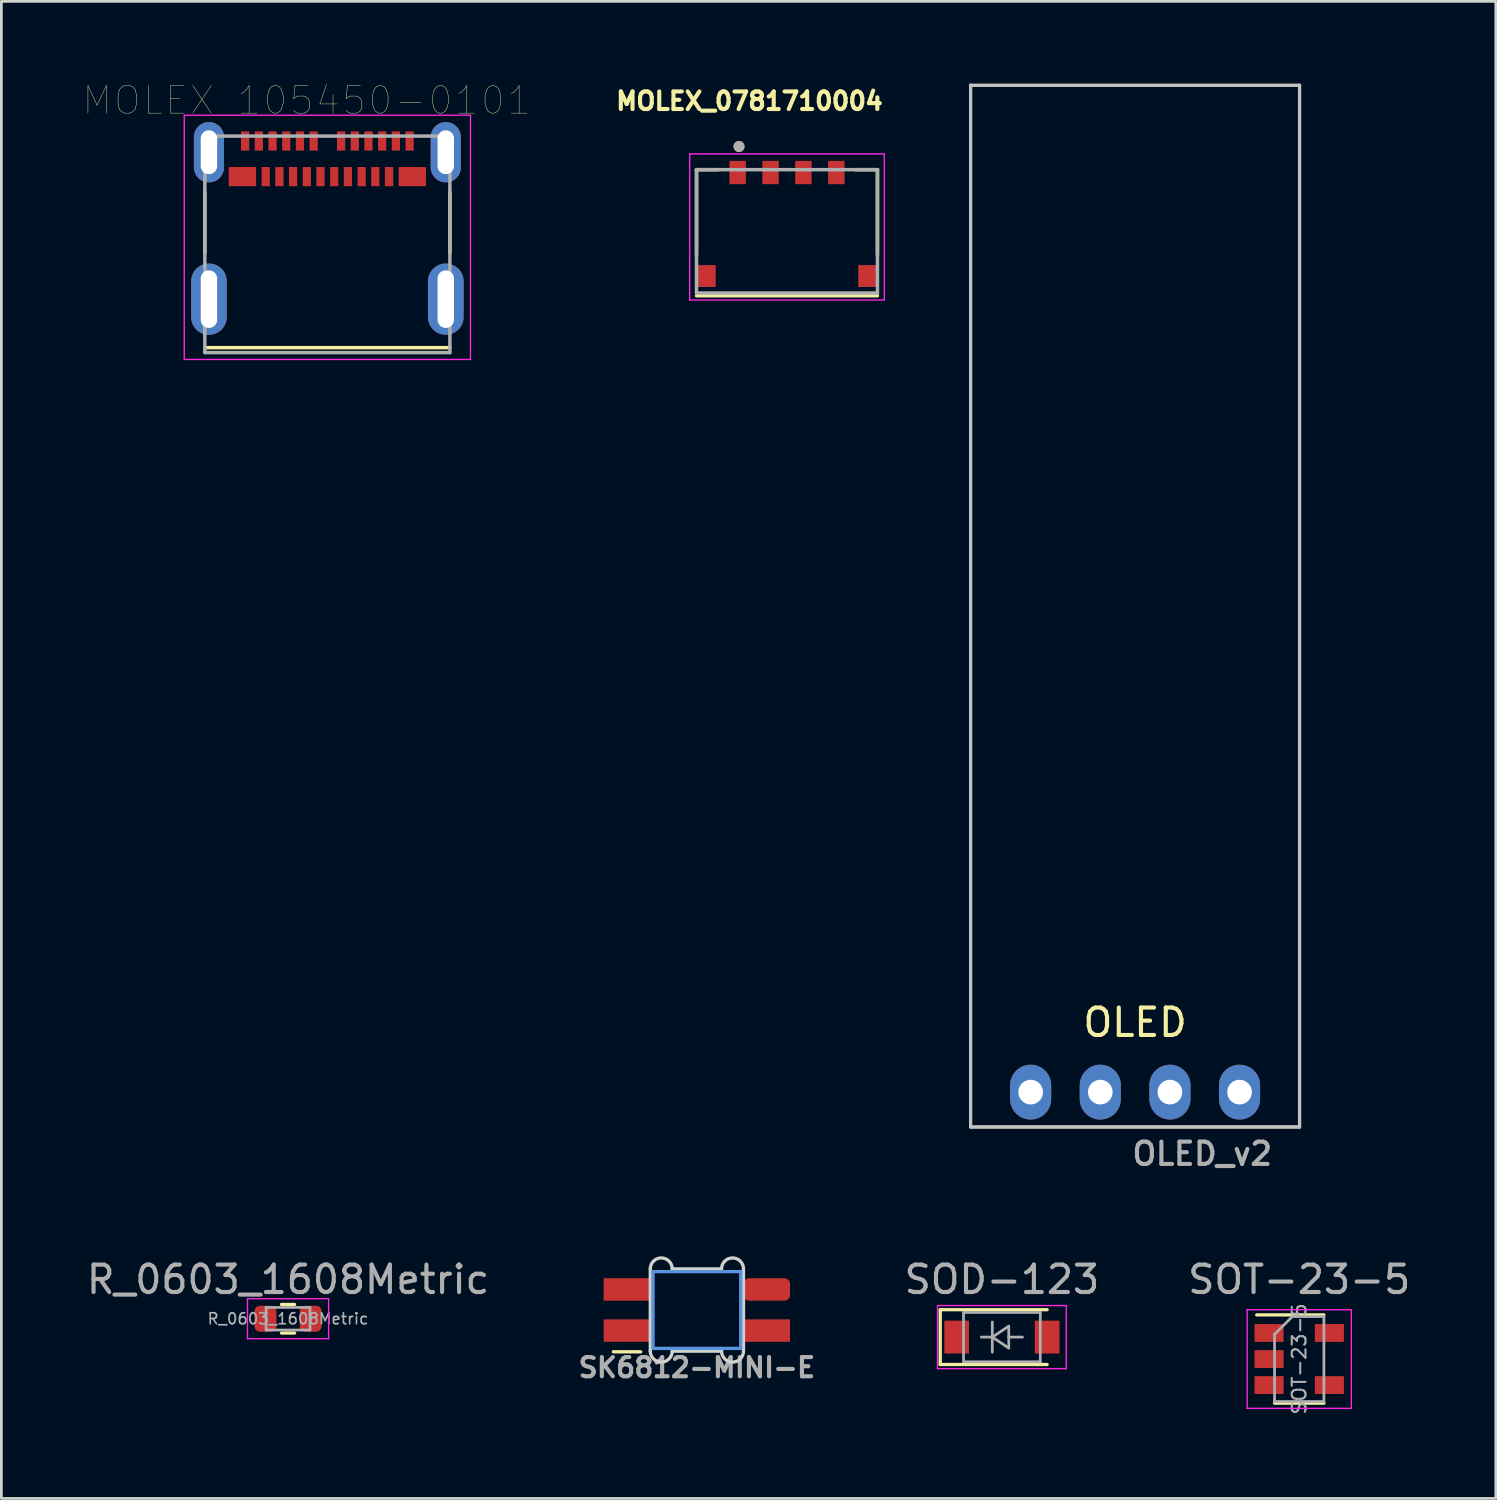
<source format=kicad_pcb>
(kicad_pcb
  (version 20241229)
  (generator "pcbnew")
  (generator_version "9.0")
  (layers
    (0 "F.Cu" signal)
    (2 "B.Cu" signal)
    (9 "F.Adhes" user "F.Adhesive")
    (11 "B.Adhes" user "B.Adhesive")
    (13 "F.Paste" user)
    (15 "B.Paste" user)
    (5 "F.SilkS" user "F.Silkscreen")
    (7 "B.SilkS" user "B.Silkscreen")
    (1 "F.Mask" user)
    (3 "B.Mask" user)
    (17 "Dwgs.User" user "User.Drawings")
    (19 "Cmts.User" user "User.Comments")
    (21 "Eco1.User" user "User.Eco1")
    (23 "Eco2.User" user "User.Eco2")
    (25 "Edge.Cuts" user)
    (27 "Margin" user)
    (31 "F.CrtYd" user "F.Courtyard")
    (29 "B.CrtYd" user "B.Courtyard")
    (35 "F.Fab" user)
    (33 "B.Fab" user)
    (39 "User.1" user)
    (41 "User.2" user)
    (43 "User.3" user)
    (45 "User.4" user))
  (footprint "MOLEX_0781710004"
    (layer "F.Cu")
    (at 25.659 3.244)
    (property "Reference" "MOLEX_0781710004" (at -1.368 -2.606 0) (layer "F.SilkS") (effects (font (size 0.64 0.64) (thickness 0.15))))
    (attr smd)
    (fp_line (start -3.3 -0.105) (end -3.3 3) (stroke (width 0.127) (type solid)) (layer "F.SilkS"))
    (fp_line (start -3.3 4.495) (end 3.3 4.495) (stroke (width 0.127) (type solid)) (layer "F.SilkS"))
    (fp_line (start -2.5 -0.105) (end -3.3 -0.105) (stroke (width 0.127) (type solid)) (layer "F.SilkS"))
    (fp_line (start 2.5 -0.105) (end 3.3 -0.105) (stroke (width 0.127) (type solid)) (layer "F.SilkS"))
    (fp_line (start 3.3 -0.105) (end 3.3 3) (stroke (width 0.127) (type solid)) (layer "F.SilkS"))
    (fp_circle (center -1.75 -0.95) (end -1.65 -0.95) (stroke (width 0.2) (type solid)) (fill no) (layer "F.SilkS"))
    (fp_line (start -3.55 -0.68) (end -3.55 4.65) (stroke (width 0.05) (type solid)) (layer "F.CrtYd"))
    (fp_line (start -3.55 4.65) (end 3.55 4.65) (stroke (width 0.05) (type solid)) (layer "F.CrtYd"))
    (fp_line (start 3.55 -0.68) (end -3.55 -0.68) (stroke (width 0.05) (type solid)) (layer "F.CrtYd"))
    (fp_line (start 3.55 4.65) (end 3.55 -0.68) (stroke (width 0.05) (type solid)) (layer "F.CrtYd"))
    (fp_line (start -3.3 -0.105) (end -3.3 4.395) (stroke (width 0.127) (type solid)) (layer "F.Fab"))
    (fp_line (start -3.3 4.395) (end 3.3 4.395) (stroke (width 0.127) (type solid)) (layer "F.Fab"))
    (fp_line (start 3.3 -0.105) (end -3.3 -0.105) (stroke (width 0.127) (type solid)) (layer "F.Fab"))
    (fp_line (start 3.3 4.395) (end 3.3 -0.105) (stroke (width 0.127) (type solid)) (layer "F.Fab"))
    (fp_circle (center -1.75 -0.95) (end -1.65 -0.95) (stroke (width 0.2) (type solid)) (fill no) (layer "F.Fab"))
    (pad "1" smd rect (at -1.8 0) (size 0.6 0.85) (layers "F.Cu" "F.Mask" "F.Paste"))
    (pad "2" smd rect (at -0.6 0) (size 0.6 0.85) (layers "F.Cu" "F.Mask" "F.Paste"))
    (pad "3" smd rect (at 0.6 0) (size 0.6 0.85) (layers "F.Cu" "F.Mask" "F.Paste"))
    (pad "4" smd rect (at 1.8 0) (size 0.6 0.85) (layers "F.Cu" "F.Mask" "F.Paste"))
    (pad "MP" smd rect (at -2.95 3.775) (size 0.7 0.8) (layers "F.Cu" "F.Mask" "F.Paste"))
    (pad "MP" smd rect (at 2.95 3.775) (size 0.7 0.8) (layers "F.Cu" "F.Mask" "F.Paste")))
  (footprint "OLED_v2"
    (layer "F.Cu")
    (at 38.358 36.79)
    (property "Reference" "OLED_v2" (at 2.45 2.25 180) (layer "F.Fab") (effects (font (size 0.813 0.813) (thickness 0.15))))
    (attr through_hole)
    (fp_line (start -6 -36.725) (end -6 1.275) (stroke (width 0.1) (type default)) (layer "F.SilkS"))
    (fp_line (start -6 1.275) (end 6 1.275) (stroke (width 0.1) (type default)) (layer "F.SilkS"))
    (fp_line (start 6 -36.725) (end -6 -36.725) (stroke (width 0.1) (type default)) (layer "F.SilkS"))
    (fp_line (start 6 1.275) (end 6 -36.725) (stroke (width 0.1) (type default)) (layer "F.SilkS"))
    (fp_line (start -6 -36.73) (end 6 -36.73) (stroke (width 0.12) (type solid)) (layer "Dwgs.User"))
    (fp_line (start -6 1.27) (end -6 -36.73) (stroke (width 0.12) (type solid)) (layer "Dwgs.User"))
    (fp_line (start -6 1.27) (end 6 1.27) (stroke (width 0.12) (type solid)) (layer "Dwgs.User"))
    (fp_line (start 6 -36.73) (end 6 1.27) (stroke (width 0.12) (type solid)) (layer "Dwgs.User"))
    (fp_text user "OLED" (at 0 -2.54 0) (layer "F.SilkS") (effects (font (size 1 1) (thickness 0.15))))
    (pad "1" thru_hole oval (at -3.81 0) (size 1.5 2) (drill 0.9) (layers "*.Cu" "*.Mask"))
    (pad "2" thru_hole oval (at -1.27 0) (size 1.5 2) (drill 0.9) (layers "*.Cu" "*.Mask"))
    (pad "3" thru_hole oval (at 1.27 0) (size 1.5 2) (drill 0.9) (layers "*.Cu" "*.Mask"))
    (pad "4" thru_hole oval (at 3.81 0) (size 1.5 2) (drill 0.9) (layers "*.Cu" "*.Mask")))
  (footprint "SOT-23-5"
    (layer "F.Cu")
    (at 44.345 46.527)
    (property "Reference" "SOT-23-5" (at 0 -2.9 0) (layer "F.Fab") (effects (font (size 1 1) (thickness 0.15))))
    (attr smd)
    (fp_line (start -0.9 1.61) (end 0.9 1.61) (stroke (width 0.12) (type solid)) (layer "F.SilkS"))
    (fp_line (start 0.9 -1.61) (end -1.55 -1.61) (stroke (width 0.12) (type solid)) (layer "F.SilkS"))
    (fp_line (start -1.9 -1.8) (end 1.9 -1.8) (stroke (width 0.05) (type solid)) (layer "F.CrtYd"))
    (fp_line (start -1.9 1.8) (end -1.9 -1.8) (stroke (width 0.05) (type solid)) (layer "F.CrtYd"))
    (fp_line (start 1.9 -1.8) (end 1.9 1.8) (stroke (width 0.05) (type solid)) (layer "F.CrtYd"))
    (fp_line (start 1.9 1.8) (end -1.9 1.8) (stroke (width 0.05) (type solid)) (layer "F.CrtYd"))
    (fp_line (start -0.9 -0.9) (end -0.9 1.55) (stroke (width 0.1) (type solid)) (layer "F.Fab"))
    (fp_line (start -0.9 -0.9) (end -0.25 -1.55) (stroke (width 0.1) (type solid)) (layer "F.Fab"))
    (fp_line (start 0.9 -1.55) (end -0.25 -1.55) (stroke (width 0.1) (type solid)) (layer "F.Fab"))
    (fp_line (start 0.9 -1.55) (end 0.9 1.55) (stroke (width 0.1) (type solid)) (layer "F.Fab"))
    (fp_line (start 0.9 1.55) (end -0.9 1.55) (stroke (width 0.1) (type solid)) (layer "F.Fab"))
    (fp_text user "${REFERENCE}" (at 0 0 90) (layer "F.Fab") (effects (font (size 0.5 0.5) (thickness 0.075))))
    (pad "1" smd rect (at -1.1 -0.95) (size 1.06 0.65) (layers "F.Cu" "F.Mask" "F.Paste"))
    (pad "2" smd rect (at -1.1 0) (size 1.06 0.65) (layers "F.Cu" "F.Mask" "F.Paste"))
    (pad "3" smd rect (at -1.1 0.95) (size 1.06 0.65) (layers "F.Cu" "F.Mask" "F.Paste"))
    (pad "4" smd rect (at 1.1 0.95) (size 1.06 0.65) (layers "F.Cu" "F.Mask" "F.Paste"))
    (pad "5" smd rect (at 1.1 -0.95) (size 1.06 0.65) (layers "F.Cu" "F.Mask" "F.Paste")))
  (footprint "MOLEX_105450-0101"
    (layer "F.Cu")
    (at 8.892 5.863)
    (property "Reference" "MOLEX_105450-0101" (at -0.75 -5.25 0) (layer "F.SilkS") (effects (font (size 1.004 1.004) (thickness 0.015))))
    (attr through_hole)
    (fp_line (start -4.47 0.3) (end -4.47 -1.9) (stroke (width 0.127) (type solid)) (layer "F.SilkS"))
    (fp_line (start -4.47 3.77) (end 4.47 3.77) (stroke (width 0.127) (type solid)) (layer "F.SilkS"))
    (fp_line (start 4.47 0.3) (end 4.47 -1.9) (stroke (width 0.127) (type solid)) (layer "F.SilkS"))
    (fp_line (start -5.22 -4.71) (end 5.22 -4.71) (stroke (width 0.05) (type solid)) (layer "F.CrtYd"))
    (fp_line (start -5.22 4.2) (end -5.22 -4.71) (stroke (width 0.05) (type solid)) (layer "F.CrtYd"))
    (fp_line (start 5.22 -4.71) (end 5.22 4.2) (stroke (width 0.05) (type solid)) (layer "F.CrtYd"))
    (fp_line (start 5.22 4.2) (end -5.22 4.2) (stroke (width 0.05) (type solid)) (layer "F.CrtYd"))
    (fp_line (start -4.47 -3.95) (end -4.47 3.95) (stroke (width 0.127) (type solid)) (layer "F.Fab"))
    (fp_line (start -4.47 3.95) (end 4.47 3.95) (stroke (width 0.127) (type solid)) (layer "F.Fab"))
    (fp_line (start 4.47 -3.95) (end -4.47 -3.95) (stroke (width 0.127) (type solid)) (layer "F.Fab"))
    (fp_line (start 4.47 3.95) (end 4.47 -3.95) (stroke (width 0.127) (type solid)) (layer "F.Fab"))
    (pad "A1" smd rect (at -3 -3.77) (size 0.3 0.7) (layers "F.Cu" "F.Mask" "F.Paste"))
    (pad "A2" smd rect (at -2.5 -3.77) (size 0.3 0.7) (layers "F.Cu" "F.Mask" "F.Paste"))
    (pad "A3" smd rect (at -2 -3.77) (size 0.3 0.7) (layers "F.Cu" "F.Mask" "F.Paste"))
    (pad "A4" smd rect (at -1.5 -3.77) (size 0.3 0.7) (layers "F.Cu" "F.Mask" "F.Paste"))
    (pad "A5" smd rect (at -1 -3.77) (size 0.3 0.7) (layers "F.Cu" "F.Mask" "F.Paste"))
    (pad "A6" smd rect (at -0.5 -3.77) (size 0.3 0.7) (layers "F.Cu" "F.Mask" "F.Paste"))
    (pad "A7" smd rect (at 0.5 -3.77) (size 0.3 0.7) (layers "F.Cu" "F.Mask" "F.Paste"))
    (pad "A8" smd rect (at 1 -3.77) (size 0.3 0.7) (layers "F.Cu" "F.Mask" "F.Paste"))
    (pad "A9" smd rect (at 1.5 -3.77) (size 0.3 0.7) (layers "F.Cu" "F.Mask" "F.Paste"))
    (pad "A10" smd rect (at 2 -3.77) (size 0.3 0.7) (layers "F.Cu" "F.Mask" "F.Paste"))
    (pad "A11" smd rect (at 2.5 -3.77) (size 0.3 0.7) (layers "F.Cu" "F.Mask" "F.Paste"))
    (pad "A12" smd rect (at 3 -3.77) (size 0.3 0.7) (layers "F.Cu" "F.Mask" "F.Paste"))
    (pad "B1" smd rect (at 3.1 -2.47) (size 1 0.7) (layers "F.Cu" "F.Mask" "F.Paste"))
    (pad "B2" smd rect (at 2.25 -2.47) (size 0.3 0.7) (layers "F.Cu" "F.Mask" "F.Paste"))
    (pad "B3" smd rect (at 1.75 -2.47) (size 0.3 0.7) (layers "F.Cu" "F.Mask" "F.Paste"))
    (pad "B4" smd rect (at 1.25 -2.47) (size 0.3 0.7) (layers "F.Cu" "F.Mask" "F.Paste"))
    (pad "B5" smd rect (at 0.75 -2.47) (size 0.3 0.7) (layers "F.Cu" "F.Mask" "F.Paste"))
    (pad "B6" smd rect (at 0.25 -2.47) (size 0.3 0.7) (layers "F.Cu" "F.Mask" "F.Paste"))
    (pad "B7" smd rect (at -0.25 -2.47) (size 0.3 0.7) (layers "F.Cu" "F.Mask" "F.Paste"))
    (pad "B8" smd rect (at -0.75 -2.47) (size 0.3 0.7) (layers "F.Cu" "F.Mask" "F.Paste"))
    (pad "B9" smd rect (at -1.25 -2.47) (size 0.3 0.7) (layers "F.Cu" "F.Mask" "F.Paste"))
    (pad "B10" smd rect (at -1.75 -2.47) (size 0.3 0.7) (layers "F.Cu" "F.Mask" "F.Paste"))
    (pad "B11" smd rect (at -2.25 -2.47) (size 0.3 0.7) (layers "F.Cu" "F.Mask" "F.Paste"))
    (pad "B12" smd rect (at -3.1 -2.47) (size 1 0.7) (layers "F.Cu" "F.Mask" "F.Paste"))
    (pad "S1" thru_hole oval (at -4.32 -3.36) (size 1.1 2.2) (drill oval 0.6 1.6) (layers "*.Cu" "*.Mask"))
    (pad "S2" thru_hole oval (at 4.32 -3.36) (size 1.1 2.2) (drill oval 0.6 1.6) (layers "*.Cu" "*.Mask"))
    (pad "S3" thru_hole oval (at -4.32 2) (size 1.3 2.6) (drill oval 0.6 2.1) (layers "*.Cu" "*.Mask"))
    (pad "S4" thru_hole oval (at 4.32 2) (size 1.3 2.6) (drill oval 0.6 2.1) (layers "*.Cu" "*.Mask")))
  (footprint "SK6812-MINI-E"
    (layer "F.Cu")
    (at 22.372 44.739)
    (property "Reference" "SK6812-MINI-E" (at 0 2.1 0) (unlocked yes) (layer "F.Fab") (effects (font (size 0.7 0.7) (thickness 0.15))))
    (attr smd)
    (fp_line (start -2.048 1.524) (end -3.048 1.524) (stroke (width 0.12) (type solid)) (layer "F.SilkS"))
    (fp_line (start -1.6 -1.4) (end 1.6 -1.4) (stroke (width 0.12) (type solid)) (layer "Cmts.User"))
    (fp_line (start -1.6 1.4) (end -1.6 -1.4) (stroke (width 0.12) (type solid)) (layer "Cmts.User"))
    (fp_line (start 1.6 -1.4) (end 1.6 1.4) (stroke (width 0.12) (type solid)) (layer "Cmts.User"))
    (fp_line (start 1.6 1.4) (end -1.6 1.4) (stroke (width 0.12) (type solid)) (layer "Cmts.User"))
    (fp_line (start -1.7 1.5) (end -1.7 -1.5) (stroke (width 0.12) (type solid)) (layer "Edge.Cuts"))
    (fp_line (start -0.9 -1.5) (end 0.9 -1.5) (stroke (width 0.12) (type solid)) (layer "Edge.Cuts"))
    (fp_line (start 0.9 1.5) (end -0.9 1.5) (stroke (width 0.12) (type solid)) (layer "Edge.Cuts"))
    (fp_line (start 1.7 -1.5) (end 1.7 1.5) (stroke (width 0.12) (type solid)) (layer "Edge.Cuts"))
    (fp_arc (start -1.7 -1.5) (mid -1.3 -1.9) (end -0.9 -1.5) (stroke (width 0.12) (type solid)) (layer "Edge.Cuts"))
    (fp_arc (start -0.9 1.5) (mid -1.3 1.9) (end -1.7 1.5) (stroke (width 0.12) (type solid)) (layer "Edge.Cuts"))
    (fp_arc (start 0.9 -1.5) (mid 1.3 -1.9) (end 1.7 -1.5) (stroke (width 0.12) (type solid)) (layer "Edge.Cuts"))
    (fp_arc (start 1.7 1.5) (mid 1.3 1.9) (end 0.9 1.5) (stroke (width 0.12) (type solid)) (layer "Edge.Cuts"))
    (pad "1" smd rect (at -2.55 0.75) (size 1.7 0.82) (layers "F.Cu" "F.Mask" "F.Paste"))
    (pad "2" smd rect (at -2.55 -0.75) (size 1.7 0.82) (layers "F.Cu" "F.Mask" "F.Paste"))
    (pad "3" smd roundrect (at 2.55 -0.75) (size 1.7 0.82) (layers "F.Cu" "F.Mask" "F.Paste") (roundrect_rratio 0.25))
    (pad "4" smd rect (at 2.55 0.75) (size 1.7 0.82) (layers "F.Cu" "F.Mask" "F.Paste")))
  (footprint "R_0603_1608Metric"
    (layer "F.Cu")
    (at 7.458 45.057)
    (property "Reference" "R_0603_1608Metric" (at 0 -1.43 180) (layer "F.Fab") (effects (font (size 1 1) (thickness 0.15))))
    (attr smd)
    (fp_line (start -0.237 -0.522) (end 0.237 -0.522) (stroke (width 0.12) (type solid)) (layer "F.SilkS"))
    (fp_line (start -0.237 0.522) (end 0.237 0.522) (stroke (width 0.12) (type solid)) (layer "F.SilkS"))
    (fp_line (start -1.48 -0.73) (end 1.48 -0.73) (stroke (width 0.05) (type solid)) (layer "F.CrtYd"))
    (fp_line (start -1.48 0.73) (end -1.48 -0.73) (stroke (width 0.05) (type solid)) (layer "F.CrtYd"))
    (fp_line (start 1.48 -0.73) (end 1.48 0.73) (stroke (width 0.05) (type solid)) (layer "F.CrtYd"))
    (fp_line (start 1.48 0.73) (end -1.48 0.73) (stroke (width 0.05) (type solid)) (layer "F.CrtYd"))
    (fp_line (start -0.8 -0.412) (end 0.8 -0.412) (stroke (width 0.1) (type solid)) (layer "F.Fab"))
    (fp_line (start -0.8 0.412) (end -0.8 -0.412) (stroke (width 0.1) (type solid)) (layer "F.Fab"))
    (fp_line (start 0.8 -0.412) (end 0.8 0.412) (stroke (width 0.1) (type solid)) (layer "F.Fab"))
    (fp_line (start 0.8 0.412) (end -0.8 0.412) (stroke (width 0.1) (type solid)) (layer "F.Fab"))
    (fp_text user "${REFERENCE}" (at 0 0 180) (layer "F.Fab") (effects (font (size 0.4 0.4) (thickness 0.06))))
    (pad "1" smd roundrect (at -0.825 0) (size 0.8 0.95) (layers "F.Cu" "F.Mask" "F.Paste") (roundrect_rratio 0.25))
    (pad "2" smd roundrect (at 0.825 0) (size 0.8 0.95) (layers "F.Cu" "F.Mask" "F.Paste") (roundrect_rratio 0.25)))
  (footprint "SOD-123"
    (layer "F.Cu")
    (at 33.499 45.727)
    (property "Reference" "SOD-123" (at 0 -2.1 0) (layer "F.Fab") (effects (font (size 1 1) (thickness 0.15))))
    (attr smd)
    (fp_line (start -2.25 -1) (end -2.25 1) (stroke (width 0.12) (type solid)) (layer "F.SilkS"))
    (fp_line (start -2.25 -1) (end 1.65 -1) (stroke (width 0.12) (type solid)) (layer "F.SilkS"))
    (fp_line (start -2.25 1) (end 1.65 1) (stroke (width 0.12) (type solid)) (layer "F.SilkS"))
    (fp_line (start -2.35 -1.15) (end -2.35 1.15) (stroke (width 0.05) (type solid)) (layer "F.CrtYd"))
    (fp_line (start -2.35 -1.15) (end 2.35 -1.15) (stroke (width 0.05) (type solid)) (layer "F.CrtYd"))
    (fp_line (start 2.35 -1.15) (end 2.35 1.15) (stroke (width 0.05) (type solid)) (layer "F.CrtYd"))
    (fp_line (start 2.35 1.15) (end -2.35 1.15) (stroke (width 0.05) (type solid)) (layer "F.CrtYd"))
    (fp_line (start -1.4 -0.9) (end 1.4 -0.9) (stroke (width 0.1) (type solid)) (layer "F.Fab"))
    (fp_line (start -1.4 0.9) (end -1.4 -0.9) (stroke (width 0.1) (type solid)) (layer "F.Fab"))
    (fp_line (start -0.75 0) (end -0.35 0) (stroke (width 0.1) (type solid)) (layer "F.Fab"))
    (fp_line (start -0.35 0) (end -0.35 -0.55) (stroke (width 0.1) (type solid)) (layer "F.Fab"))
    (fp_line (start -0.35 0) (end -0.35 0.55) (stroke (width 0.1) (type solid)) (layer "F.Fab"))
    (fp_line (start -0.35 0) (end 0.25 -0.4) (stroke (width 0.1) (type solid)) (layer "F.Fab"))
    (fp_line (start 0.25 -0.4) (end 0.25 0.4) (stroke (width 0.1) (type solid)) (layer "F.Fab"))
    (fp_line (start 0.25 0) (end 0.75 0) (stroke (width 0.1) (type solid)) (layer "F.Fab"))
    (fp_line (start 0.25 0.4) (end -0.35 0) (stroke (width 0.1) (type solid)) (layer "F.Fab"))
    (fp_line (start 1.4 -0.9) (end 1.4 0.9) (stroke (width 0.1) (type solid)) (layer "F.Fab"))
    (fp_line (start 1.4 0.9) (end -1.4 0.9) (stroke (width 0.1) (type solid)) (layer "F.Fab"))
    (pad "1" smd rect (at -1.65 0) (size 0.9 1.2) (layers "F.Cu" "F.Mask" "F.Paste"))
    (pad "2" smd rect (at 1.65 0) (size 0.9 1.2) (layers "F.Cu" "F.Mask" "F.Paste")))
  (gr_rect
    (start -3 -3)
    (end 51.517 51.613)
    (stroke (width 0.1) (type default))
    (fill no)
    (layer "Edge.Cuts")))
</source>
